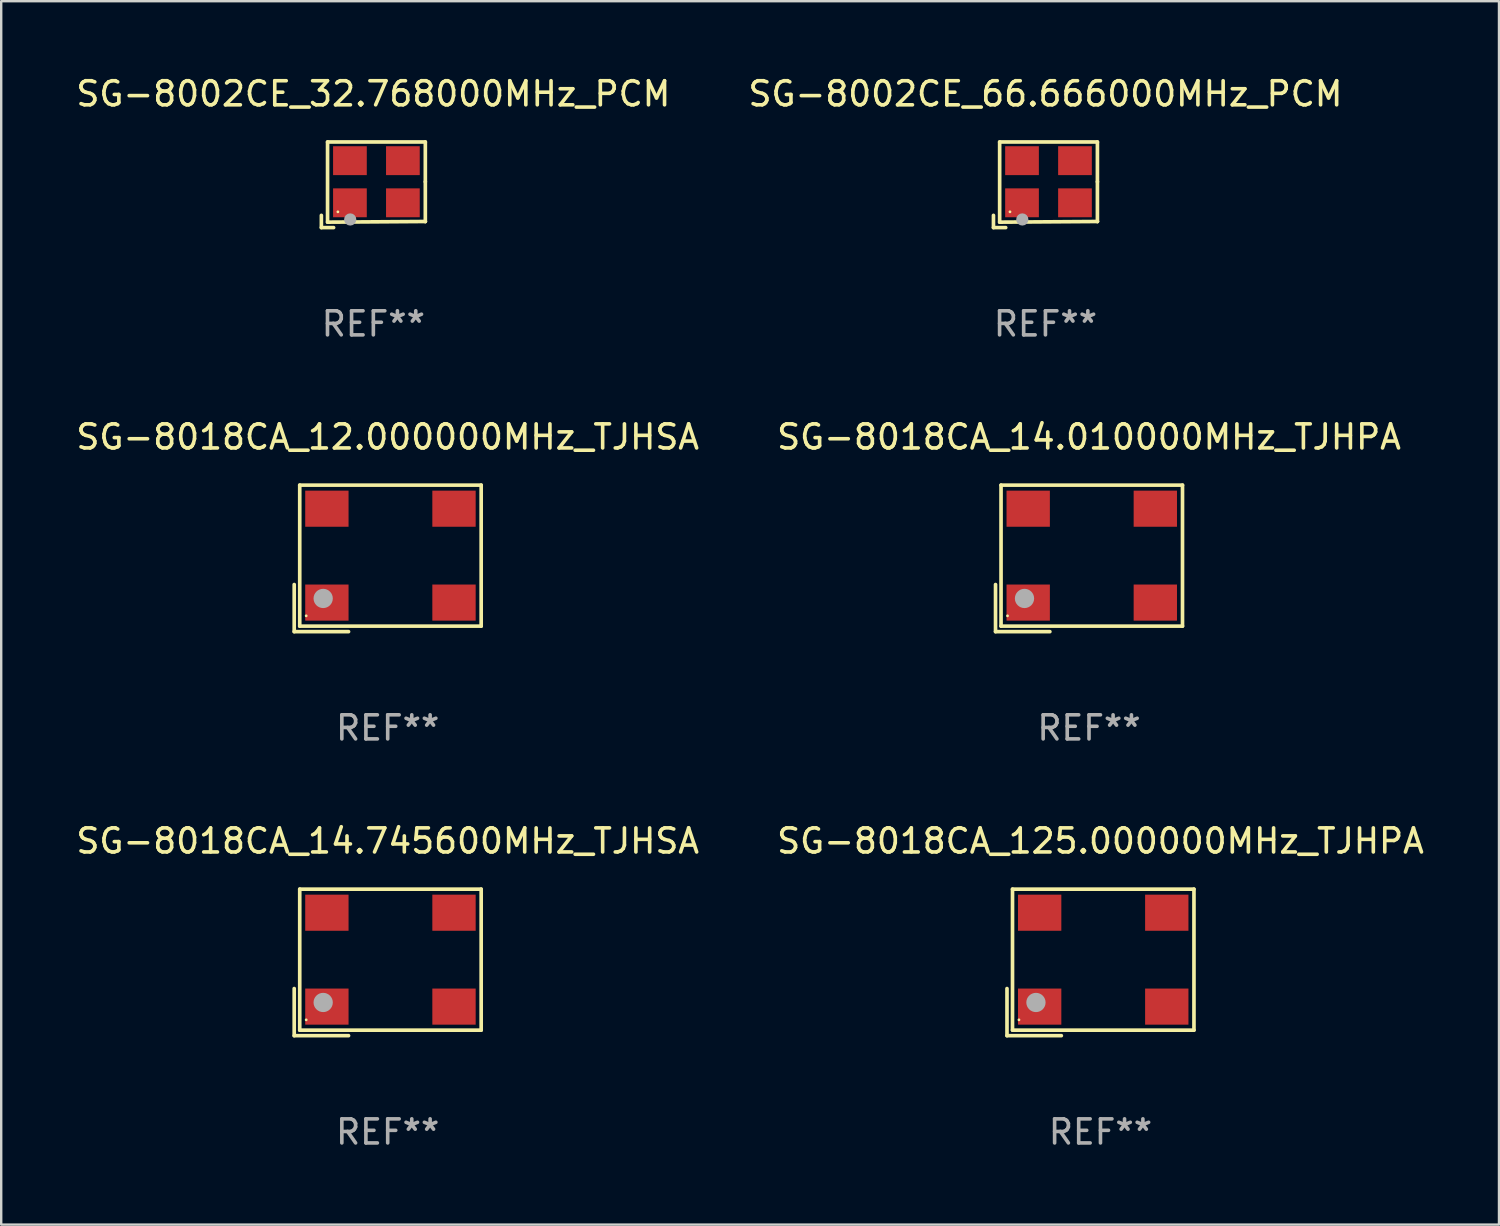
<source format=kicad_pcb>
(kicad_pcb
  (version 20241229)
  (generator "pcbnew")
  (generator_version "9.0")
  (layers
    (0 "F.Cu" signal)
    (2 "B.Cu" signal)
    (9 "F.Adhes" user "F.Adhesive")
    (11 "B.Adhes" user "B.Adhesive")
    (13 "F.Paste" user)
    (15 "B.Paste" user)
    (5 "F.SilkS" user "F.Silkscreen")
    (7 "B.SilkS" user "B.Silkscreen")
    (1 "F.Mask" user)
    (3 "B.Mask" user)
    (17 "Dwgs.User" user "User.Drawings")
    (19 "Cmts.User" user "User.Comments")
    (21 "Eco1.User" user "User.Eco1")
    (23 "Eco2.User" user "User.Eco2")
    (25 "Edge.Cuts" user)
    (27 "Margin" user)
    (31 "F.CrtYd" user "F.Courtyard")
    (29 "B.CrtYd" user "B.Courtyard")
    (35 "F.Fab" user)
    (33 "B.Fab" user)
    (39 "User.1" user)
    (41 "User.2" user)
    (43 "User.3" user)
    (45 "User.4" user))
  (footprint "SG-8018CA_12.000000MHz_TJHSA"
    (layer "F.Cu")
    (at 13.054 20.144)
    (property "Reference" "SG-8018CA_12.000000MHz_TJHSA" (at 0 -5.043 0) (layer "F.SilkS") (effects (font (size 1 1) (thickness 0.15))))
    (attr through_hole)
    (fp_line (start -3.883 1.086) (end -3.883 3.043) (stroke (width 0.152) (type solid)) (layer "F.SilkS"))
    (fp_line (start -3.883 3.043) (end -1.626 3.043) (stroke (width 0.152) (type solid)) (layer "F.SilkS"))
    (fp_line (start -3.654 -3.043) (end 3.883 -3.043) (stroke (width 0.152) (type solid)) (layer "F.SilkS"))
    (fp_line (start -3.654 2.814) (end -3.654 -3.043) (stroke (width 0.152) (type solid)) (layer "F.SilkS"))
    (fp_line (start 3.883 -3.043) (end 3.883 2.814) (stroke (width 0.152) (type solid)) (layer "F.SilkS"))
    (fp_line (start 3.883 2.814) (end -3.654 2.814) (stroke (width 0.152) (type solid)) (layer "F.SilkS"))
    (fp_circle (center -3.386 2.386) (end -3.356 2.386) (stroke (width 0.06) (type solid)) (fill no) (layer "F.SilkS"))
    (fp_circle (center -2.68 1.664) (end -2.48 1.664) (stroke (width 0.4) (type solid)) (fill no) (layer "F.Fab"))
    (fp_text user "REF**" (at 0 7.043 0) (layer "F.Fab") (effects (font (size 1 1) (thickness 0.15))))
    (pad "1" smd rect (at -2.526 1.836) (size 1.8 1.5) (layers "F.Cu" "F.Mask" "F.Paste"))
    (pad "2" smd rect (at 2.754 1.836) (size 1.8 1.5) (layers "F.Cu" "F.Mask" "F.Paste"))
    (pad "3" smd rect (at 2.754 -2.064) (size 1.8 1.5) (layers "F.Cu" "F.Mask" "F.Paste"))
    (pad "4" smd rect (at -2.526 -2.064) (size 1.8 1.5) (layers "F.Cu" "F.Mask" "F.Paste")))
  (footprint "SG-8018CA_14.745600MHz_TJHSA"
    (layer "F.Cu")
    (at 13.054 36.926)
    (property "Reference" "SG-8018CA_14.745600MHz_TJHSA" (at 0 -5.043 0) (layer "F.SilkS") (effects (font (size 1 1) (thickness 0.15))))
    (attr through_hole)
    (fp_line (start -3.883 1.086) (end -3.883 3.043) (stroke (width 0.152) (type solid)) (layer "F.SilkS"))
    (fp_line (start -3.883 3.043) (end -1.626 3.043) (stroke (width 0.152) (type solid)) (layer "F.SilkS"))
    (fp_line (start -3.654 -3.043) (end 3.883 -3.043) (stroke (width 0.152) (type solid)) (layer "F.SilkS"))
    (fp_line (start -3.654 2.814) (end -3.654 -3.043) (stroke (width 0.152) (type solid)) (layer "F.SilkS"))
    (fp_line (start 3.883 -3.043) (end 3.883 2.814) (stroke (width 0.152) (type solid)) (layer "F.SilkS"))
    (fp_line (start 3.883 2.814) (end -3.654 2.814) (stroke (width 0.152) (type solid)) (layer "F.SilkS"))
    (fp_circle (center -3.386 2.386) (end -3.356 2.386) (stroke (width 0.06) (type solid)) (fill no) (layer "F.SilkS"))
    (fp_circle (center -2.68 1.664) (end -2.48 1.664) (stroke (width 0.4) (type solid)) (fill no) (layer "F.Fab"))
    (fp_text user "REF**" (at 0 7.043 0) (layer "F.Fab") (effects (font (size 1 1) (thickness 0.15))))
    (pad "1" smd rect (at -2.526 1.836) (size 1.8 1.5) (layers "F.Cu" "F.Mask" "F.Paste"))
    (pad "2" smd rect (at 2.754 1.836) (size 1.8 1.5) (layers "F.Cu" "F.Mask" "F.Paste"))
    (pad "3" smd rect (at 2.754 -2.064) (size 1.8 1.5) (layers "F.Cu" "F.Mask" "F.Paste"))
    (pad "4" smd rect (at -2.526 -2.064) (size 1.8 1.5) (layers "F.Cu" "F.Mask" "F.Paste")))
  (footprint "SG-8018CA_125.000000MHz_TJHPA"
    (layer "F.Cu")
    (at 42.661 36.926)
    (property "Reference" "SG-8018CA_125.000000MHz_TJHPA" (at 0 -5.043 0) (layer "F.SilkS") (effects (font (size 1 1) (thickness 0.15))))
    (attr through_hole)
    (fp_line (start -3.883 1.086) (end -3.883 3.043) (stroke (width 0.152) (type solid)) (layer "F.SilkS"))
    (fp_line (start -3.883 3.043) (end -1.626 3.043) (stroke (width 0.152) (type solid)) (layer "F.SilkS"))
    (fp_line (start -3.654 -3.043) (end 3.883 -3.043) (stroke (width 0.152) (type solid)) (layer "F.SilkS"))
    (fp_line (start -3.654 2.814) (end -3.654 -3.043) (stroke (width 0.152) (type solid)) (layer "F.SilkS"))
    (fp_line (start 3.883 -3.043) (end 3.883 2.814) (stroke (width 0.152) (type solid)) (layer "F.SilkS"))
    (fp_line (start 3.883 2.814) (end -3.654 2.814) (stroke (width 0.152) (type solid)) (layer "F.SilkS"))
    (fp_circle (center -3.386 2.386) (end -3.356 2.386) (stroke (width 0.06) (type solid)) (fill no) (layer "F.SilkS"))
    (fp_circle (center -2.68 1.664) (end -2.48 1.664) (stroke (width 0.4) (type solid)) (fill no) (layer "F.Fab"))
    (fp_text user "REF**" (at 0 7.043 0) (layer "F.Fab") (effects (font (size 1 1) (thickness 0.15))))
    (pad "1" smd rect (at -2.526 1.836) (size 1.8 1.5) (layers "F.Cu" "F.Mask" "F.Paste"))
    (pad "2" smd rect (at 2.754 1.836) (size 1.8 1.5) (layers "F.Cu" "F.Mask" "F.Paste"))
    (pad "3" smd rect (at 2.754 -2.064) (size 1.8 1.5) (layers "F.Cu" "F.Mask" "F.Paste"))
    (pad "4" smd rect (at -2.526 -2.064) (size 1.8 1.5) (layers "F.Cu" "F.Mask" "F.Paste")))
  (footprint "SG-8002CE_66.666000MHz_PCM"
    (layer "F.Cu")
    (at 40.375 4.626)
    (property "Reference" "SG-8002CE_66.666000MHz_PCM" (at 0 -3.778 0) (layer "F.SilkS") (effects (font (size 1 1) (thickness 0.15))))
    (attr through_hole)
    (fp_line (start -2.159 1.27) (end -2.159 1.778) (stroke (width 0.152) (type solid)) (layer "F.SilkS"))
    (fp_line (start -2.159 1.778) (end -1.651 1.778) (stroke (width 0.152) (type solid)) (layer "F.SilkS"))
    (fp_line (start -1.902 -1.778) (end 2.159 -1.778) (stroke (width 0.152) (type solid)) (layer "F.SilkS"))
    (fp_line (start -1.902 1.552) (end -1.902 -1.778) (stroke (width 0.152) (type solid)) (layer "F.SilkS"))
    (fp_line (start 2.159 -1.778) (end 2.159 -0.127) (stroke (width 0.152) (type solid)) (layer "F.SilkS"))
    (fp_line (start 2.159 -0.127) (end 2.159 1.524) (stroke (width 0.152) (type solid)) (layer "F.SilkS"))
    (fp_line (start 2.159 1.524) (end -1.902 1.552) (stroke (width 0.152) (type solid)) (layer "F.SilkS"))
    (fp_line (start 2.159 1.524) (end 2.159 1.524) (stroke (width 0.152) (type solid)) (layer "F.SilkS"))
    (fp_circle (center -1.473 1.123) (end -1.443 1.123) (stroke (width 0.06) (type solid)) (fill no) (layer "F.SilkS"))
    (fp_circle (center -0.961 1.44) (end -0.834 1.44) (stroke (width 0.254) (type solid)) (fill no) (layer "F.Fab"))
    (fp_text user "REF**" (at 0 5.778 0) (layer "F.Fab") (effects (font (size 1 1) (thickness 0.15))))
    (pad "1" smd rect (at -0.973 0.748) (size 1.4 1.2) (layers "F.Cu" "F.Mask" "F.Paste"))
    (pad "2" smd rect (at 1.227 0.748) (size 1.4 1.2) (layers "F.Cu" "F.Mask" "F.Paste"))
    (pad "3" smd rect (at 1.227 -1.002) (size 1.4 1.2) (layers "F.Cu" "F.Mask" "F.Paste"))
    (pad "4" smd rect (at -0.973 -1.002) (size 1.4 1.2) (layers "F.Cu" "F.Mask" "F.Paste")))
  (footprint "SG-8002CE_32.768000MHz_PCM"
    (layer "F.Cu")
    (at 12.458 4.626)
    (property "Reference" "SG-8002CE_32.768000MHz_PCM" (at 0 -3.778 0) (layer "F.SilkS") (effects (font (size 1 1) (thickness 0.15))))
    (attr through_hole)
    (fp_line (start -2.159 1.27) (end -2.159 1.778) (stroke (width 0.152) (type solid)) (layer "F.SilkS"))
    (fp_line (start -2.159 1.778) (end -1.651 1.778) (stroke (width 0.152) (type solid)) (layer "F.SilkS"))
    (fp_line (start -1.902 -1.778) (end 2.159 -1.778) (stroke (width 0.152) (type solid)) (layer "F.SilkS"))
    (fp_line (start -1.902 1.552) (end -1.902 -1.778) (stroke (width 0.152) (type solid)) (layer "F.SilkS"))
    (fp_line (start 2.159 -1.778) (end 2.159 -0.127) (stroke (width 0.152) (type solid)) (layer "F.SilkS"))
    (fp_line (start 2.159 -0.127) (end 2.159 1.524) (stroke (width 0.152) (type solid)) (layer "F.SilkS"))
    (fp_line (start 2.159 1.524) (end -1.902 1.552) (stroke (width 0.152) (type solid)) (layer "F.SilkS"))
    (fp_line (start 2.159 1.524) (end 2.159 1.524) (stroke (width 0.152) (type solid)) (layer "F.SilkS"))
    (fp_circle (center -1.473 1.123) (end -1.443 1.123) (stroke (width 0.06) (type solid)) (fill no) (layer "F.SilkS"))
    (fp_circle (center -0.961 1.44) (end -0.834 1.44) (stroke (width 0.254) (type solid)) (fill no) (layer "F.Fab"))
    (fp_text user "REF**" (at 0 5.778 0) (layer "F.Fab") (effects (font (size 1 1) (thickness 0.15))))
    (pad "1" smd rect (at -0.973 0.748) (size 1.4 1.2) (layers "F.Cu" "F.Mask" "F.Paste"))
    (pad "2" smd rect (at 1.227 0.748) (size 1.4 1.2) (layers "F.Cu" "F.Mask" "F.Paste"))
    (pad "3" smd rect (at 1.227 -1.002) (size 1.4 1.2) (layers "F.Cu" "F.Mask" "F.Paste"))
    (pad "4" smd rect (at -0.973 -1.002) (size 1.4 1.2) (layers "F.Cu" "F.Mask" "F.Paste")))
  (footprint "SG-8018CA_14.010000MHz_TJHPA"
    (layer "F.Cu")
    (at 42.185 20.144)
    (property "Reference" "SG-8018CA_14.010000MHz_TJHPA" (at 0 -5.043 0) (layer "F.SilkS") (effects (font (size 1 1) (thickness 0.15))))
    (attr through_hole)
    (fp_line (start -3.883 1.086) (end -3.883 3.043) (stroke (width 0.152) (type solid)) (layer "F.SilkS"))
    (fp_line (start -3.883 3.043) (end -1.626 3.043) (stroke (width 0.152) (type solid)) (layer "F.SilkS"))
    (fp_line (start -3.654 -3.043) (end 3.883 -3.043) (stroke (width 0.152) (type solid)) (layer "F.SilkS"))
    (fp_line (start -3.654 2.814) (end -3.654 -3.043) (stroke (width 0.152) (type solid)) (layer "F.SilkS"))
    (fp_line (start 3.883 -3.043) (end 3.883 2.814) (stroke (width 0.152) (type solid)) (layer "F.SilkS"))
    (fp_line (start 3.883 2.814) (end -3.654 2.814) (stroke (width 0.152) (type solid)) (layer "F.SilkS"))
    (fp_circle (center -3.386 2.386) (end -3.356 2.386) (stroke (width 0.06) (type solid)) (fill no) (layer "F.SilkS"))
    (fp_circle (center -2.68 1.664) (end -2.48 1.664) (stroke (width 0.4) (type solid)) (fill no) (layer "F.Fab"))
    (fp_text user "REF**" (at 0 7.043 0) (layer "F.Fab") (effects (font (size 1 1) (thickness 0.15))))
    (pad "1" smd rect (at -2.526 1.836) (size 1.8 1.5) (layers "F.Cu" "F.Mask" "F.Paste"))
    (pad "2" smd rect (at 2.754 1.836) (size 1.8 1.5) (layers "F.Cu" "F.Mask" "F.Paste"))
    (pad "3" smd rect (at 2.754 -2.064) (size 1.8 1.5) (layers "F.Cu" "F.Mask" "F.Paste"))
    (pad "4" smd rect (at -2.526 -2.064) (size 1.8 1.5) (layers "F.Cu" "F.Mask" "F.Paste")))
  (gr_rect
    (start -3 -3)
    (end 59.214 47.817)
    (stroke (width 0.1) (type default))
    (fill no)
    (layer "Edge.Cuts")))
</source>
